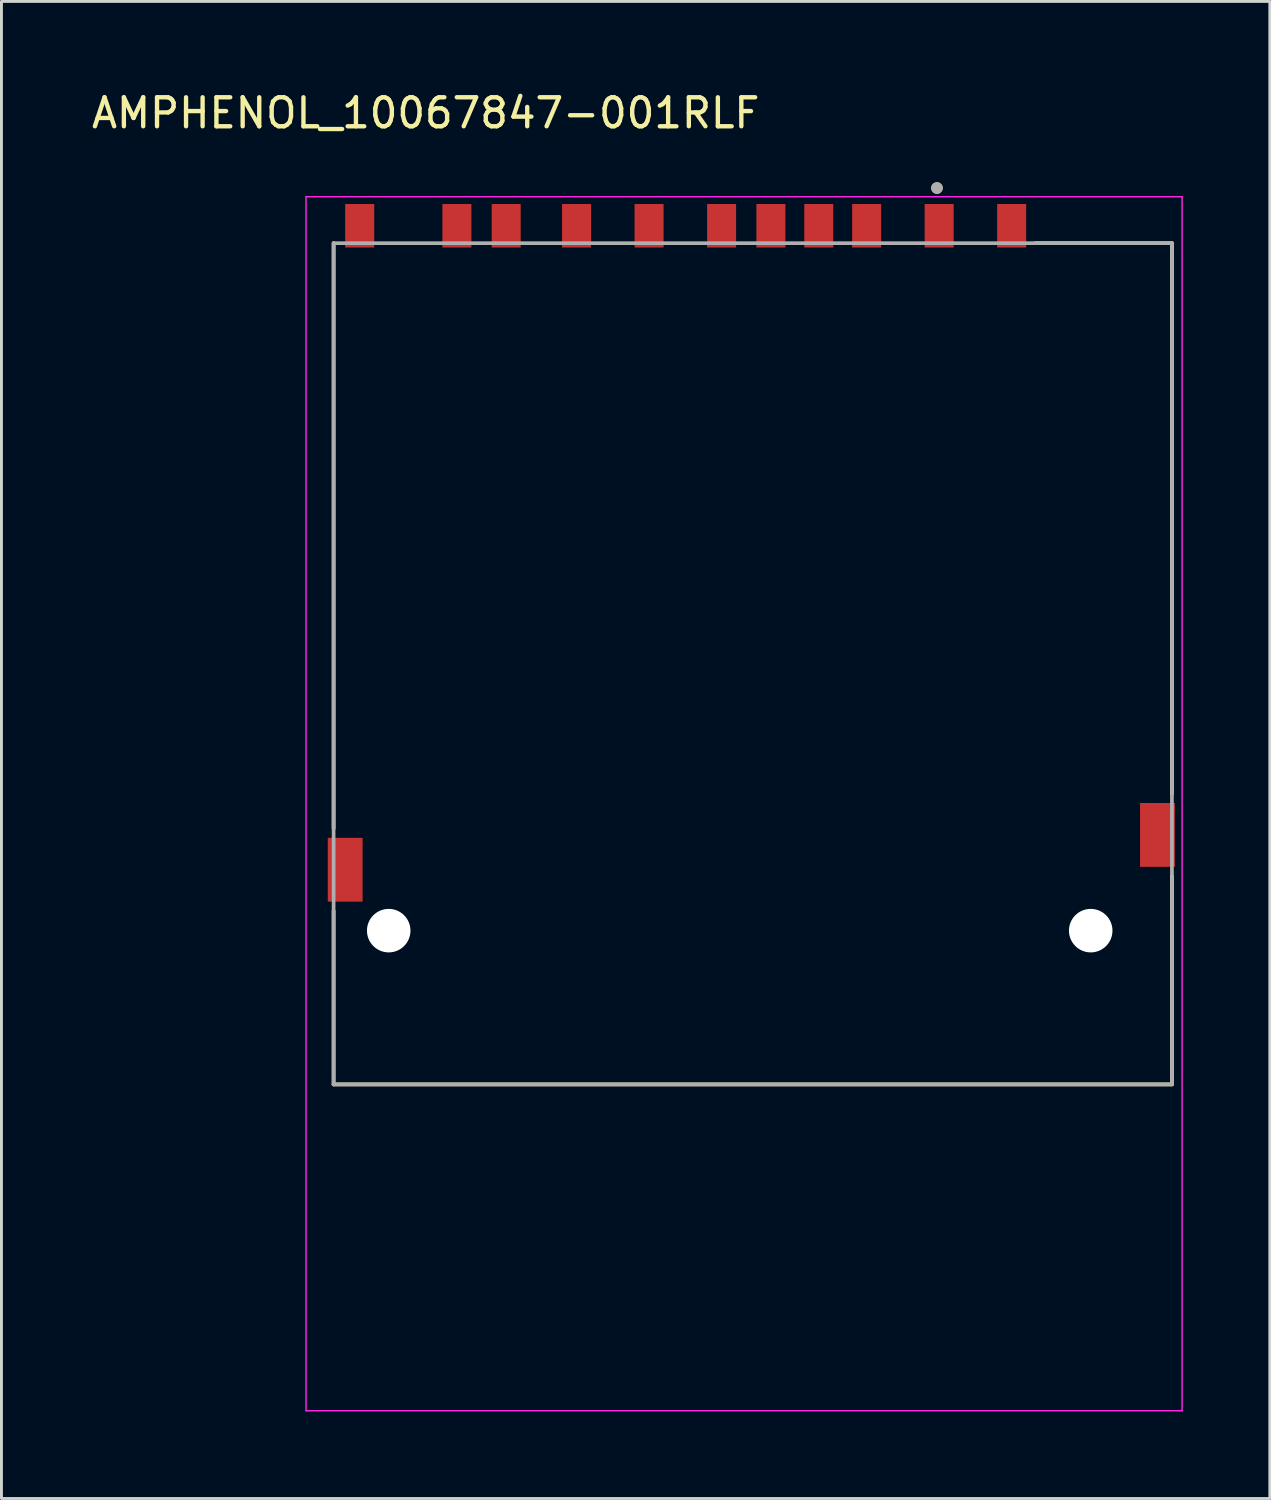
<source format=kicad_pcb>
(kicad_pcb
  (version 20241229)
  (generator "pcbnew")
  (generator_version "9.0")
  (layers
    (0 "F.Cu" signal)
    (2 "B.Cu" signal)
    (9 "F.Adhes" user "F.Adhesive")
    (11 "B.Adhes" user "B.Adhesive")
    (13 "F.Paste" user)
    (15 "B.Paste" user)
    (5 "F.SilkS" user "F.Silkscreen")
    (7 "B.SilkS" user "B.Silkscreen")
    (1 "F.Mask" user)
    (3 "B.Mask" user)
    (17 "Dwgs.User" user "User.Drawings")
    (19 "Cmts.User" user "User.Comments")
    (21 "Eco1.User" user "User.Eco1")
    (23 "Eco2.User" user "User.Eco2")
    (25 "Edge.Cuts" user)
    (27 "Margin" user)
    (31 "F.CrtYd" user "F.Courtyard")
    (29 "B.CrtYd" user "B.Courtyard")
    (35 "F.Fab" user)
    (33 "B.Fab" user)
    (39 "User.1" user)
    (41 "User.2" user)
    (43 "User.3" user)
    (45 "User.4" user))
  (footprint "AMPHENOL_10067847-001RLF"
    (layer "F.Cu")
    (at 22.45 29.032)
    (property "Reference" "AMPHENOL_10067847-001RLF" (at -10.825 -28.184 0) (layer "F.SilkS") (effects (font (size 1 1) (thickness 0.15))))
    (attr smd)
    (fp_line (start -14 -23.7) (end -14 -3.52) (stroke (width 0.127) (type solid)) (layer "F.SilkS"))
    (fp_line (start -14 -0.68) (end -14 5.3) (stroke (width 0.127) (type solid)) (layer "F.SilkS"))
    (fp_line (start -14 5.3) (end 14.9 5.3) (stroke (width 0.127) (type solid)) (layer "F.SilkS"))
    (fp_line (start 10.195 -23.7) (end 14.9 -23.7) (stroke (width 0.127) (type solid)) (layer "F.SilkS"))
    (fp_line (start 14.9 -23.7) (end 14.9 -4.72) (stroke (width 0.127) (type solid)) (layer "F.SilkS"))
    (fp_line (start 14.9 5.3) (end 14.9 -1.88) (stroke (width 0.127) (type solid)) (layer "F.SilkS"))
    (fp_circle (center 6.8 -25.6) (end 6.9 -25.6) (stroke (width 0.2) (type solid)) (fill no) (layer "F.SilkS"))
    (fp_line (start -14.95 -25.3) (end 15.25 -25.3) (stroke (width 0.05) (type solid)) (layer "F.CrtYd"))
    (fp_line (start -14.95 16.55) (end -14.95 -25.3) (stroke (width 0.05) (type solid)) (layer "F.CrtYd"))
    (fp_line (start 15.25 -25.3) (end 15.25 16.55) (stroke (width 0.05) (type solid)) (layer "F.CrtYd"))
    (fp_line (start 15.25 16.55) (end -14.95 16.55) (stroke (width 0.05) (type solid)) (layer "F.CrtYd"))
    (fp_line (start -14 -23.7) (end 14.9 -23.7) (stroke (width 0.127) (type solid)) (layer "F.Fab"))
    (fp_line (start -14 5.3) (end -14 -23.7) (stroke (width 0.127) (type solid)) (layer "F.Fab"))
    (fp_line (start 14.9 -23.7) (end 14.9 5.3) (stroke (width 0.127) (type solid)) (layer "F.Fab"))
    (fp_line (start 14.9 5.3) (end -14 5.3) (stroke (width 0.127) (type solid)) (layer "F.Fab"))
    (fp_circle (center 6.8 -25.6) (end 6.9 -25.6) (stroke (width 0.2) (type solid)) (fill no) (layer "F.Fab"))
    (pad "" np_thru_hole circle (at -12.1 0) (size 1.5 1.5) (drill 1.5) (layers "*.Cu" "*.Mask"))
    (pad "" np_thru_hole circle (at 12.1 0) (size 1.5 1.5) (drill 1.5) (layers "*.Cu" "*.Mask"))
    (pad "1" smd rect (at 6.875 -24.3) (size 1 1.5) (layers "F.Cu" "F.Mask" "F.Paste"))
    (pad "2" smd rect (at 4.375 -24.3) (size 1 1.5) (layers "F.Cu" "F.Mask" "F.Paste"))
    (pad "3" smd rect (at 1.075 -24.3) (size 1 1.5) (layers "F.Cu" "F.Mask" "F.Paste"))
    (pad "4" smd rect (at -0.625 -24.3) (size 1 1.5) (layers "F.Cu" "F.Mask" "F.Paste"))
    (pad "5" smd rect (at -3.125 -24.3) (size 1 1.5) (layers "F.Cu" "F.Mask" "F.Paste"))
    (pad "6" smd rect (at -5.625 -24.3) (size 1 1.5) (layers "F.Cu" "F.Mask" "F.Paste"))
    (pad "7" smd rect (at -8.05 -24.3) (size 1 1.5) (layers "F.Cu" "F.Mask" "F.Paste"))
    (pad "8" smd rect (at -9.75 -24.3) (size 1 1.5) (layers "F.Cu" "F.Mask" "F.Paste"))
    (pad "9" smd rect (at 9.375 -24.3) (size 1 1.5) (layers "F.Cu" "F.Mask" "F.Paste"))
    (pad "CD" smd rect (at 2.725 -24.3) (size 1 1.5) (layers "F.Cu" "F.Mask" "F.Paste"))
    (pad "G1" smd rect (at -13.6 -2.1) (size 1.2 2.2) (layers "F.Cu" "F.Mask" "F.Paste"))
    (pad "G2" smd rect (at 14.4 -3.3) (size 1.2 2.2) (layers "F.Cu" "F.Mask" "F.Paste"))
    (pad "WP" smd rect (at -13.1 -24.3) (size 1 1.5) (layers "F.Cu" "F.Mask" "F.Paste"))
    (zone (net_name "") (layer "F.Cu") (hatch full 0.508) (connect_pads) (min_thickness 0.01) (filled_areas_thickness no) (keepout (tracks not_allowed) (vias not_allowed) (pads not_allowed) (copperpour not_allowed) (footprints allowed)) (placement (enabled no)) (fill) (polygon (pts (xy 7.75 14.532) (xy 8.95 14.532) (xy 8.95 20.832) (xy 7.75 20.832))))
    (zone (net_name "") (layer "F.Cu") (hatch full 0.508) (connect_pads) (min_thickness 0.01) (filled_areas_thickness no) (keepout (tracks not_allowed) (vias not_allowed) (pads not_allowed) (copperpour not_allowed) (footprints allowed)) (placement (enabled no)) (fill) (polygon (pts (xy 12.14 11.432) (xy 13.24 11.432) (xy 13.24 13.432) (xy 12.14 13.432))))
    (zone (net_name "") (layer "F.Cu") (hatch full 0.508) (connect_pads) (min_thickness 0.01) (filled_areas_thickness no) (keepout (tracks not_allowed) (vias not_allowed) (pads not_allowed) (copperpour not_allowed) (footprints allowed)) (placement (enabled no)) (fill) (polygon (pts (xy 13.84 11.432) (xy 14.94 11.432) (xy 14.94 13.432) (xy 13.84 13.432))))
    (zone (net_name "") (layer "F.Cu") (hatch full 0.508) (connect_pads) (min_thickness 0.01) (filled_areas_thickness no) (keepout (tracks not_allowed) (vias not_allowed) (pads not_allowed) (copperpour not_allowed) (footprints allowed)) (placement (enabled no)) (fill) (polygon (pts (xy 16.27 11.432) (xy 17.37 11.432) (xy 17.37 13.432) (xy 16.27 13.432))))
    (zone (net_name "") (layer "F.Cu") (hatch full 0.508) (connect_pads) (min_thickness 0.01) (filled_areas_thickness no) (keepout (tracks not_allowed) (vias not_allowed) (pads not_allowed) (copperpour not_allowed) (footprints allowed)) (placement (enabled no)) (fill) (polygon (pts (xy 18.77 11.432) (xy 19.87 11.432) (xy 19.87 13.432) (xy 18.77 13.432))))
    (zone (net_name "") (layer "F.Cu") (hatch full 0.508) (connect_pads) (min_thickness 0.01) (filled_areas_thickness no) (keepout (tracks not_allowed) (vias not_allowed) (pads not_allowed) (copperpour not_allowed) (footprints allowed)) (placement (enabled no)) (fill) (polygon (pts (xy 21.27 11.832) (xy 22.37 11.832) (xy 22.37 13.832) (xy 21.27 13.832))))
    (zone (net_name "") (layer "F.Cu") (hatch full 0.508) (connect_pads) (min_thickness 0.01) (filled_areas_thickness no) (keepout (tracks not_allowed) (vias not_allowed) (pads not_allowed) (copperpour not_allowed) (footprints allowed)) (placement (enabled no)) (fill) (polygon (pts (xy 23.37 11.332) (xy 25.27 11.332) (xy 25.27 13.832) (xy 23.37 13.832))))
    (zone (net_name "") (layer "F.Cu") (hatch full 0.508) (connect_pads) (min_thickness 0.01) (filled_areas_thickness no) (keepout (tracks not_allowed) (vias not_allowed) (pads not_allowed) (copperpour not_allowed) (footprints allowed)) (placement (enabled no)) (fill) (polygon (pts (xy 26.27 11.532) (xy 27.37 11.532) (xy 27.37 13.532) (xy 26.27 13.532))))
    (zone (net_name "") (layer "F.Cu") (hatch full 0.508) (connect_pads) (min_thickness 0.01) (filled_areas_thickness no) (keepout (tracks not_allowed) (vias not_allowed) (pads not_allowed) (copperpour not_allowed) (footprints allowed)) (placement (enabled no)) (fill) (polygon (pts (xy 28.77 10.732) (xy 29.87 10.732) (xy 29.87 13.232) (xy 28.77 13.232))))
    (zone (net_name "") (layer "F.Cu") (hatch full 0.508) (connect_pads) (min_thickness 0.01) (filled_areas_thickness no) (keepout (tracks not_allowed) (vias not_allowed) (pads not_allowed) (copperpour not_allowed) (footprints allowed)) (placement (enabled no)) (fill) (polygon (pts (xy 31.27 13.832) (xy 32.37 13.832) (xy 32.37 15.832) (xy 31.27 15.832))))
    (zone (net_name "") (layers "F.Cu" "B.Cu") (hatch full 0.508) (connect_pads) (min_thickness 0.01) (filled_areas_thickness no) (keepout (tracks allowed) (vias not_allowed) (pads allowed) (copperpour allowed) (footprints allowed)) (placement (enabled no)) (fill) (polygon (pts (xy 7.75 14.532) (xy 8.95 14.532) (xy 8.95 20.832) (xy 7.75 20.832))))
    (zone (net_name "") (layers "F.Cu" "B.Cu") (hatch full 0.508) (connect_pads) (min_thickness 0.01) (filled_areas_thickness no) (keepout (tracks allowed) (vias not_allowed) (pads allowed) (copperpour allowed) (footprints allowed)) (placement (enabled no)) (fill) (polygon (pts (xy 12.14 11.432) (xy 13.24 11.432) (xy 13.24 13.432) (xy 12.14 13.432))))
    (zone (net_name "") (layers "F.Cu" "B.Cu") (hatch full 0.508) (connect_pads) (min_thickness 0.01) (filled_areas_thickness no) (keepout (tracks allowed) (vias not_allowed) (pads allowed) (copperpour allowed) (footprints allowed)) (placement (enabled no)) (fill) (polygon (pts (xy 13.84 11.432) (xy 14.94 11.432) (xy 14.94 13.432) (xy 13.84 13.432))))
    (zone (net_name "") (layers "F.Cu" "B.Cu") (hatch full 0.508) (connect_pads) (min_thickness 0.01) (filled_areas_thickness no) (keepout (tracks allowed) (vias not_allowed) (pads allowed) (copperpour allowed) (footprints allowed)) (placement (enabled no)) (fill) (polygon (pts (xy 16.27 11.432) (xy 17.37 11.432) (xy 17.37 13.432) (xy 16.27 13.432))))
    (zone (net_name "") (layers "F.Cu" "B.Cu") (hatch full 0.508) (connect_pads) (min_thickness 0.01) (filled_areas_thickness no) (keepout (tracks allowed) (vias not_allowed) (pads allowed) (copperpour allowed) (footprints allowed)) (placement (enabled no)) (fill) (polygon (pts (xy 18.77 11.432) (xy 19.87 11.432) (xy 19.87 13.432) (xy 18.77 13.432))))
    (zone (net_name "") (layers "F.Cu" "B.Cu") (hatch full 0.508) (connect_pads) (min_thickness 0.01) (filled_areas_thickness no) (keepout (tracks allowed) (vias not_allowed) (pads allowed) (copperpour allowed) (footprints allowed)) (placement (enabled no)) (fill) (polygon (pts (xy 21.27 11.832) (xy 22.37 11.832) (xy 22.37 13.832) (xy 21.27 13.832))))
    (zone (net_name "") (layers "F.Cu" "B.Cu") (hatch full 0.508) (connect_pads) (min_thickness 0.01) (filled_areas_thickness no) (keepout (tracks allowed) (vias not_allowed) (pads allowed) (copperpour allowed) (footprints allowed)) (placement (enabled no)) (fill) (polygon (pts (xy 23.37 11.332) (xy 25.27 11.332) (xy 25.27 13.832) (xy 23.37 13.832))))
    (zone (net_name "") (layers "F.Cu" "B.Cu") (hatch full 0.508) (connect_pads) (min_thickness 0.01) (filled_areas_thickness no) (keepout (tracks allowed) (vias not_allowed) (pads allowed) (copperpour allowed) (footprints allowed)) (placement (enabled no)) (fill) (polygon (pts (xy 26.27 11.532) (xy 27.37 11.532) (xy 27.37 13.532) (xy 26.27 13.532))))
    (zone (net_name "") (layers "F.Cu" "B.Cu") (hatch full 0.508) (connect_pads) (min_thickness 0.01) (filled_areas_thickness no) (keepout (tracks allowed) (vias not_allowed) (pads allowed) (copperpour allowed) (footprints allowed)) (placement (enabled no)) (fill) (polygon (pts (xy 28.77 10.732) (xy 29.87 10.732) (xy 29.87 13.232) (xy 28.77 13.232))))
    (zone (net_name "") (layers "F.Cu" "B.Cu") (hatch full 0.508) (connect_pads) (min_thickness 0.01) (filled_areas_thickness no) (keepout (tracks allowed) (vias not_allowed) (pads allowed) (copperpour allowed) (footprints allowed)) (placement (enabled no)) (fill) (polygon (pts (xy 31.27 13.832) (xy 32.37 13.832) (xy 32.37 15.832) (xy 31.27 15.832)))))
  (gr_rect
    (start -3 -3)
    (end 40.725 48.607)
    (stroke (width 0.1) (type default))
    (fill no)
    (layer "Edge.Cuts")))
</source>
